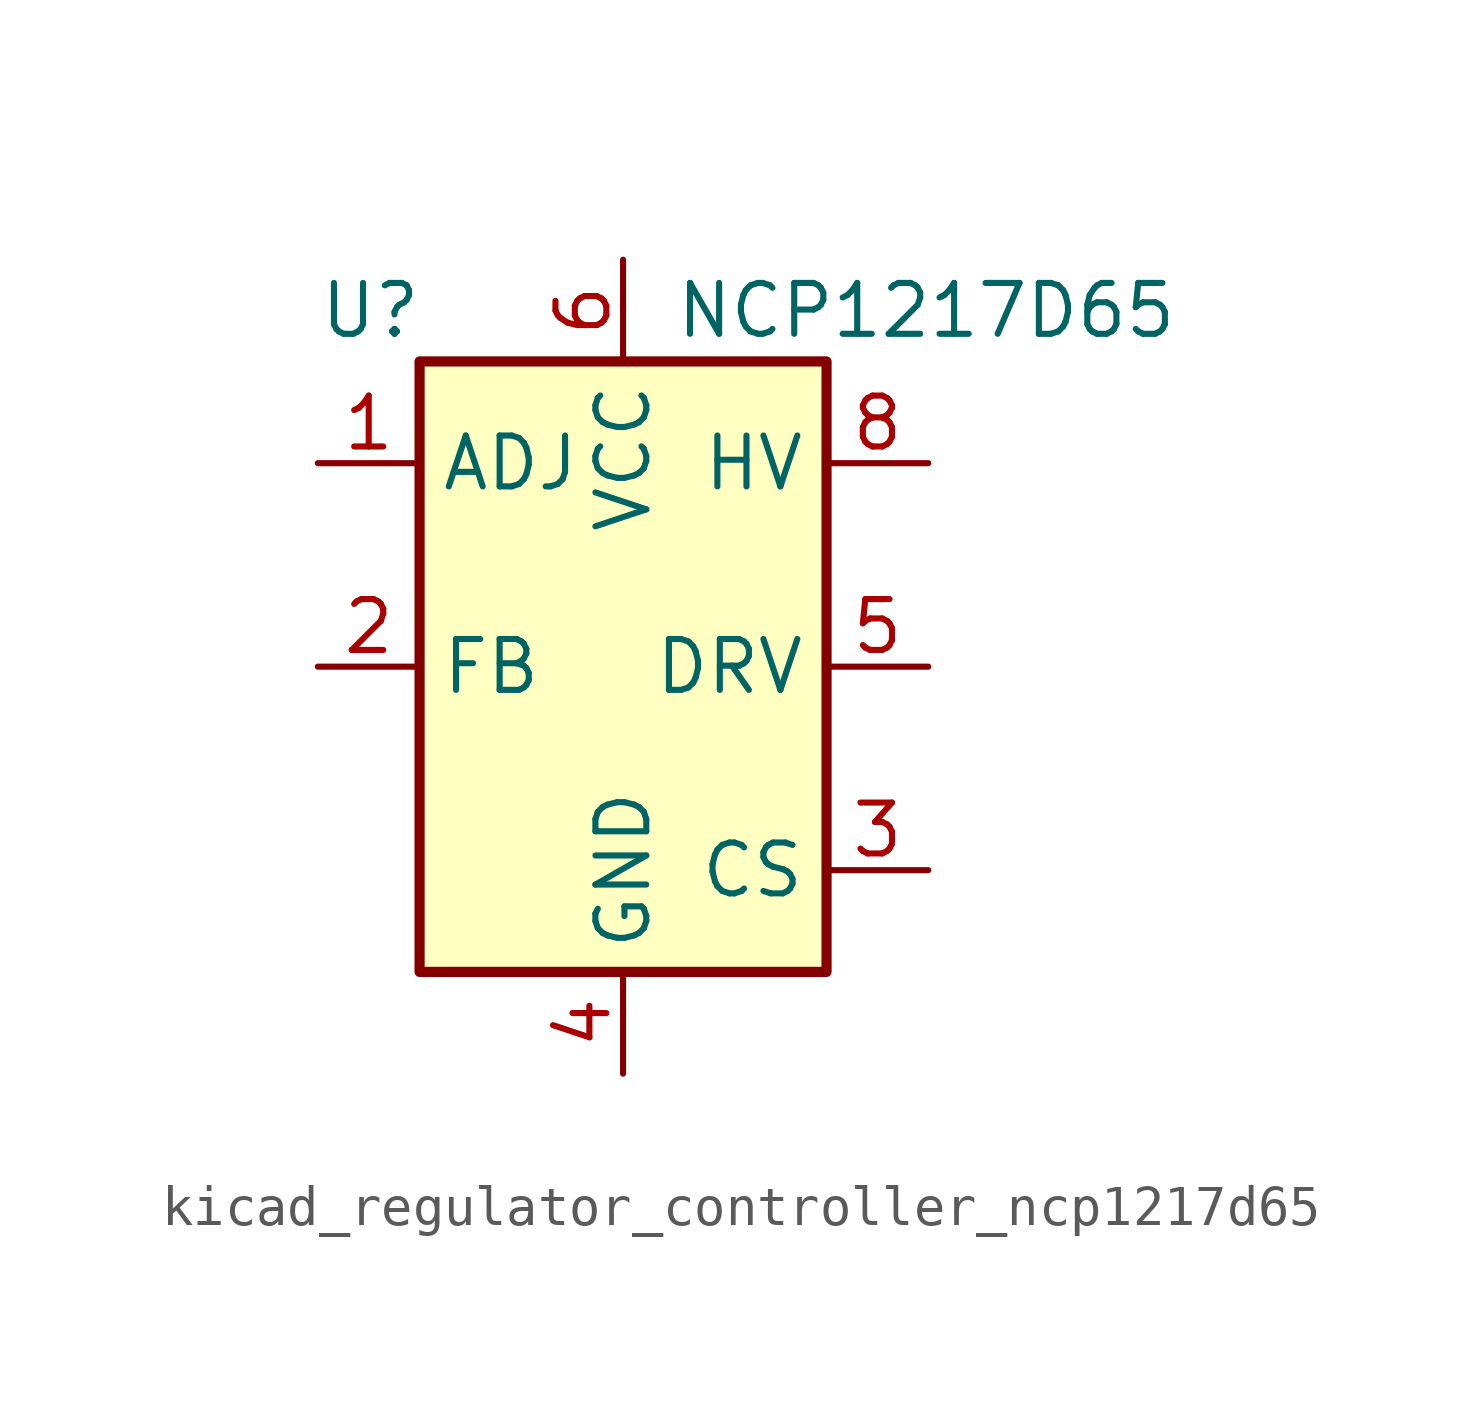
<source format=kicad_sym>
(kicad_symbol_lib
  (version 20220914)
  (generator kicad_symbol_editor)
  (symbol "kicad_regulator_controller_ncp1217d65"
    (property "Reference" "U"
      (at -7.62 8.89 0)
      (effects (font (size 1.27 1.27)) (justify left)))
    (property "Value" "NCP1217D65"
      (at 1.27 8.89 0)
      (effects (font (size 1.27 1.27)) (justify left)))
    (symbol "kicad_regulator_controller_ncp1217d65_0_0"
      (rectangle (start -5.08 7.62) (end 5.08 -7.62) (stroke (width 0.254) (type default)) (fill (type background))))
    (symbol "kicad_regulator_controller_ncp1217d65_1_1"
      (pin input line (at -7.62 5.08 0) (length 2.54) (name "ADJ" (effects (font (size 1.27 1.27)))) (number "1" (effects (font (size 1.27 1.27)))))
      (pin input line (at -7.62 0 0) (length 2.54) (name "FB" (effects (font (size 1.27 1.27)))) (number "2" (effects (font (size 1.27 1.27)))))
      (pin input line (at 7.62 -5.08 180) (length 2.54) (name "CS" (effects (font (size 1.27 1.27)))) (number "3" (effects (font (size 1.27 1.27)))))
      (pin power_in line (at 0 -10.16 90) (length 2.54) (name "GND" (effects (font (size 1.27 1.27)))) (number "4" (effects (font (size 1.27 1.27)))))
      (pin output line (at 7.62 0 180) (length 2.54) (name "DRV" (effects (font (size 1.27 1.27)))) (number "5" (effects (font (size 1.27 1.27)))))
      (pin power_in line (at 0 10.16 270) (length 2.54) (name "VCC" (effects (font (size 1.27 1.27)))) (number "6" (effects (font (size 1.27 1.27)))))
      (pin no_connect line (at -5.08 2.54 0) (length 2.54) hide (name "NC" (effects (font (size 1.27 1.27)))) (number "7" (effects (font (size 1.27 1.27)))))
      (pin input line (at 7.62 5.08 180) (length 2.54) (name "HV" (effects (font (size 1.27 1.27)))) (number "8" (effects (font (size 1.27 1.27))))))))
</source>
